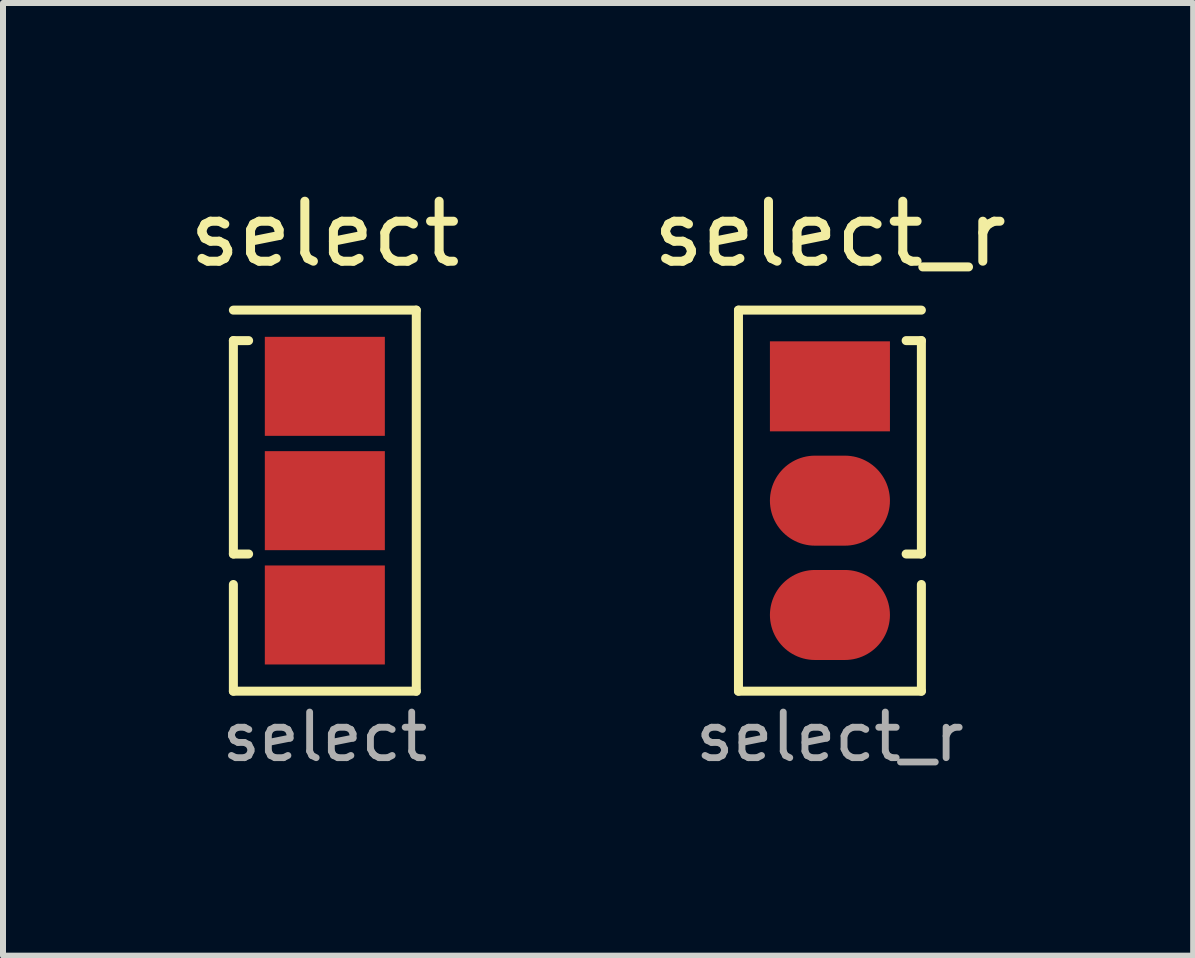
<source format=kicad_pcb>
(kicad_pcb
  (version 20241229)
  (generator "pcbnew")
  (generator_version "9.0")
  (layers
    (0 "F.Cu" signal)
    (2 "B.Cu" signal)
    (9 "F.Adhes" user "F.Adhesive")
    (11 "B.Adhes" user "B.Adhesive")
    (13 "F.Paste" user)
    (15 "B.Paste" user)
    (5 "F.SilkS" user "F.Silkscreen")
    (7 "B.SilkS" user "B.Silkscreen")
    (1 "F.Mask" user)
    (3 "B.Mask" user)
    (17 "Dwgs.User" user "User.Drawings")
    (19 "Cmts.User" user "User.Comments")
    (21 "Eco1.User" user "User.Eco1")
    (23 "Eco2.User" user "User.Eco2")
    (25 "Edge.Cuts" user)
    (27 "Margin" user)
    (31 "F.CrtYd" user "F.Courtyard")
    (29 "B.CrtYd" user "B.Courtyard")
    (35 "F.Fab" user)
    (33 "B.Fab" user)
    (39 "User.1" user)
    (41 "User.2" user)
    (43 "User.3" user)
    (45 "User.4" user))
  (footprint "select"
    (layer "F.Cu")
    (at 2.363 3.388)
    (property "Reference" "select" (at 0 -2.54 0) (layer "F.SilkS") (effects (font (size 1 1) (thickness 0.15))))
    (attr through_hole)
    (fp_line (start -1.524 -0.762) (end -1.524 2.794) (stroke (width 0.15) (type solid)) (layer "F.SilkS"))
    (fp_line (start -1.524 3.302) (end -1.524 5.08) (stroke (width 0.15) (type solid)) (layer "F.SilkS"))
    (fp_line (start -1.524 5.08) (end 1.524 5.08) (stroke (width 0.15) (type solid)) (layer "F.SilkS"))
    (fp_line (start -1.27 -0.762) (end -1.524 -0.762) (stroke (width 0.15) (type solid)) (layer "F.SilkS"))
    (fp_line (start -1.27 2.794) (end -1.524 2.794) (stroke (width 0.15) (type solid)) (layer "F.SilkS"))
    (fp_line (start 1.524 -1.27) (end -1.524 -1.27) (stroke (width 0.15) (type solid)) (layer "F.SilkS"))
    (fp_line (start 1.524 5.08) (end 1.524 -1.27) (stroke (width 0.15) (type solid)) (layer "F.SilkS"))
    (fp_text user "${REFERENCE}" (at 0 5.842 180) (layer "F.Fab") (effects (font (size 0.76 0.76) (thickness 0.114))))
    (pad "1" smd rect (at 0 0) (size 2 1.65) (layers "F.Cu" "F.Mask" "F.Paste"))
    (pad "2" smd rect (at 0 1.905) (size 2 1.65) (layers "F.Cu" "F.Mask" "F.Paste"))
    (pad "3" smd rect (at 0 3.81) (size 2 1.65) (layers "F.Cu" "F.Mask" "F.Paste")))
  (footprint "select_r"
    (layer "F.Cu")
    (at 10.78 3.388)
    (property "Reference" "select_r" (at 0 -2.54 0) (layer "F.SilkS") (effects (font (size 1 1) (thickness 0.15))))
    (attr through_hole)
    (fp_line (start -1.524 5.08) (end -1.524 -1.27) (stroke (width 0.15) (type solid)) (layer "F.SilkS"))
    (fp_line (start -1.524 5.08) (end 1.524 5.08) (stroke (width 0.15) (type solid)) (layer "F.SilkS"))
    (fp_line (start 1.27 -0.762) (end 1.524 -0.762) (stroke (width 0.15) (type solid)) (layer "F.SilkS"))
    (fp_line (start 1.27 2.794) (end 1.524 2.794) (stroke (width 0.15) (type solid)) (layer "F.SilkS"))
    (fp_line (start 1.524 -1.27) (end -1.524 -1.27) (stroke (width 0.15) (type solid)) (layer "F.SilkS"))
    (fp_line (start 1.524 2.794) (end 1.524 -0.762) (stroke (width 0.15) (type solid)) (layer "F.SilkS"))
    (fp_line (start 1.524 3.302) (end 1.524 5.08) (stroke (width 0.15) (type solid)) (layer "F.SilkS"))
    (fp_text user "${REFERENCE}" (at 0 5.842 180) (layer "F.Fab") (effects (font (size 0.76 0.76) (thickness 0.114))))
    (pad "1" smd rect (at 0 0) (size 2 1.5) (layers "F.Cu" "F.Mask" "F.Paste"))
    (pad "2" smd oval (at 0 1.905) (size 2 1.5) (layers "F.Cu" "F.Mask" "F.Paste"))
    (pad "3" smd oval (at 0 3.81) (size 2 1.5) (layers "F.Cu" "F.Mask" "F.Paste")))
  (gr_rect
    (start -3 -3)
    (end 16.833 12.875)
    (stroke (width 0.1) (type default))
    (fill no)
    (layer "Edge.Cuts")))
</source>
